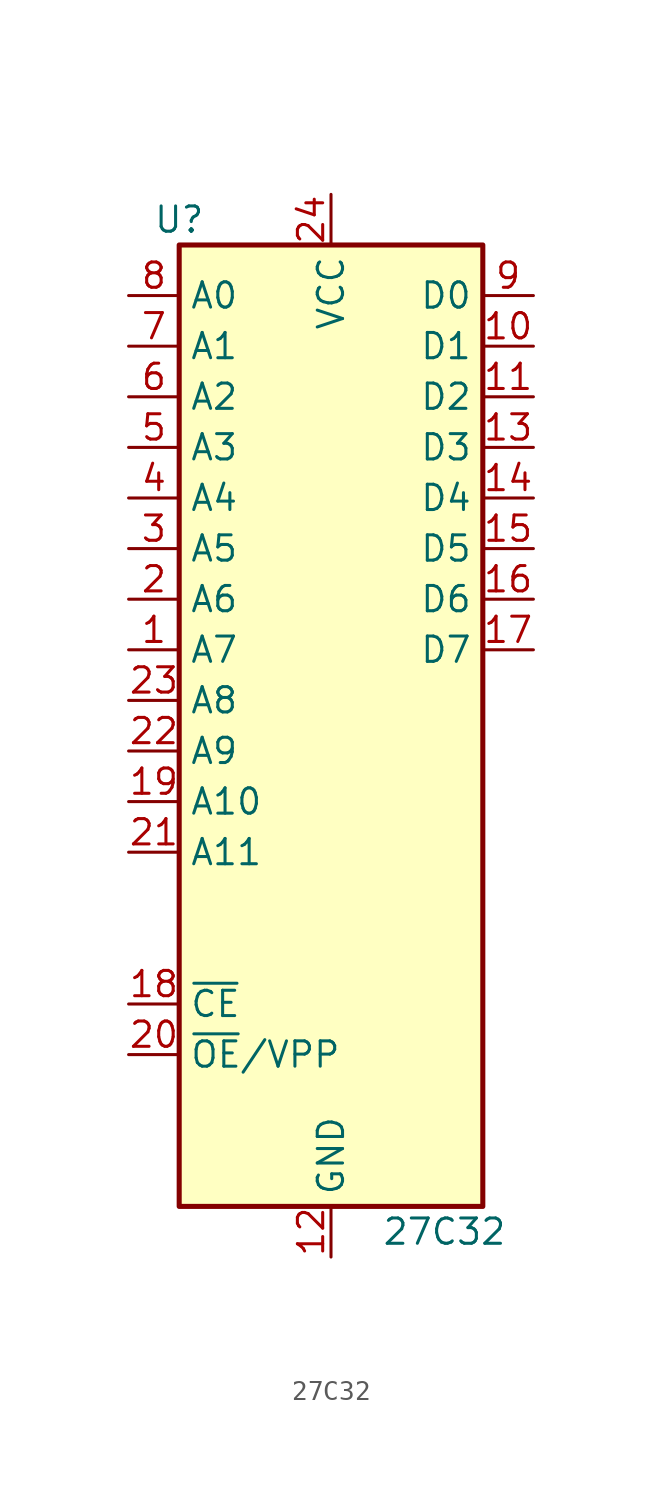
<source format=kicad_sym>
(kicad_symbol_lib
  (version 20211014)
  (generator kicad_symbol_editor)
  (symbol "27C32"
    (property "Reference" "U"
      (at -7.62 24.13 0)
      (effects (font (size 1.27 1.27))))
    (property "Value" "27C32"
      (at 2.54 -26.67 0)
      (effects (font (size 1.27 1.27)) (justify left)))
    (symbol "27C32_1_1"
      (rectangle (start -7.62 22.86) (end 7.62 -25.4) (stroke (width 0.254) (type default) (color 0 0 0 0)) (fill (type background)))
      (pin input line (at -10.16 2.54 0) (length 2.54) (name "A7" (effects (font (size 1.27 1.27)))) (number "1" (effects (font (size 1.27 1.27)))))
      (pin tri_state line (at 10.16 17.78 180) (length 2.54) (name "D1" (effects (font (size 1.27 1.27)))) (number "10" (effects (font (size 1.27 1.27)))))
      (pin tri_state line (at 10.16 15.24 180) (length 2.54) (name "D2" (effects (font (size 1.27 1.27)))) (number "11" (effects (font (size 1.27 1.27)))))
      (pin power_in line (at 0 -27.94 90) (length 2.54) (name "GND" (effects (font (size 1.27 1.27)))) (number "12" (effects (font (size 1.27 1.27)))))
      (pin tri_state line (at 10.16 12.7 180) (length 2.54) (name "D3" (effects (font (size 1.27 1.27)))) (number "13" (effects (font (size 1.27 1.27)))))
      (pin tri_state line (at 10.16 10.16 180) (length 2.54) (name "D4" (effects (font (size 1.27 1.27)))) (number "14" (effects (font (size 1.27 1.27)))))
      (pin tri_state line (at 10.16 7.62 180) (length 2.54) (name "D5" (effects (font (size 1.27 1.27)))) (number "15" (effects (font (size 1.27 1.27)))))
      (pin tri_state line (at 10.16 5.08 180) (length 2.54) (name "D6" (effects (font (size 1.27 1.27)))) (number "16" (effects (font (size 1.27 1.27)))))
      (pin tri_state line (at 10.16 2.54 180) (length 2.54) (name "D7" (effects (font (size 1.27 1.27)))) (number "17" (effects (font (size 1.27 1.27)))))
      (pin input line (at -10.16 -15.24 0) (length 2.54) (name "~{CE}" (effects (font (size 1.27 1.27)))) (number "18" (effects (font (size 1.27 1.27)))))
      (pin input line (at -10.16 -5.08 0) (length 2.54) (name "A10" (effects (font (size 1.27 1.27)))) (number "19" (effects (font (size 1.27 1.27)))))
      (pin input line (at -10.16 5.08 0) (length 2.54) (name "A6" (effects (font (size 1.27 1.27)))) (number "2" (effects (font (size 1.27 1.27)))))
      (pin input line (at -10.16 -17.78 0) (length 2.54) (name "~{OE}/VPP" (effects (font (size 1.27 1.27)))) (number "20" (effects (font (size 1.27 1.27)))))
      (pin input line (at -10.16 -7.62 0) (length 2.54) (name "A11" (effects (font (size 1.27 1.27)))) (number "21" (effects (font (size 1.27 1.27)))))
      (pin input line (at -10.16 -2.54 0) (length 2.54) (name "A9" (effects (font (size 1.27 1.27)))) (number "22" (effects (font (size 1.27 1.27)))))
      (pin input line (at -10.16 0 0) (length 2.54) (name "A8" (effects (font (size 1.27 1.27)))) (number "23" (effects (font (size 1.27 1.27)))))
      (pin power_in line (at 0 25.4 270) (length 2.54) (name "VCC" (effects (font (size 1.27 1.27)))) (number "24" (effects (font (size 1.27 1.27)))))
      (pin input line (at -10.16 7.62 0) (length 2.54) (name "A5" (effects (font (size 1.27 1.27)))) (number "3" (effects (font (size 1.27 1.27)))))
      (pin input line (at -10.16 10.16 0) (length 2.54) (name "A4" (effects (font (size 1.27 1.27)))) (number "4" (effects (font (size 1.27 1.27)))))
      (pin input line (at -10.16 12.7 0) (length 2.54) (name "A3" (effects (font (size 1.27 1.27)))) (number "5" (effects (font (size 1.27 1.27)))))
      (pin input line (at -10.16 15.24 0) (length 2.54) (name "A2" (effects (font (size 1.27 1.27)))) (number "6" (effects (font (size 1.27 1.27)))))
      (pin input line (at -10.16 17.78 0) (length 2.54) (name "A1" (effects (font (size 1.27 1.27)))) (number "7" (effects (font (size 1.27 1.27)))))
      (pin input line (at -10.16 20.32 0) (length 2.54) (name "A0" (effects (font (size 1.27 1.27)))) (number "8" (effects (font (size 1.27 1.27)))))
      (pin tri_state line (at 10.16 20.32 180) (length 2.54) (name "D0" (effects (font (size 1.27 1.27)))) (number "9" (effects (font (size 1.27 1.27))))))))
</source>
